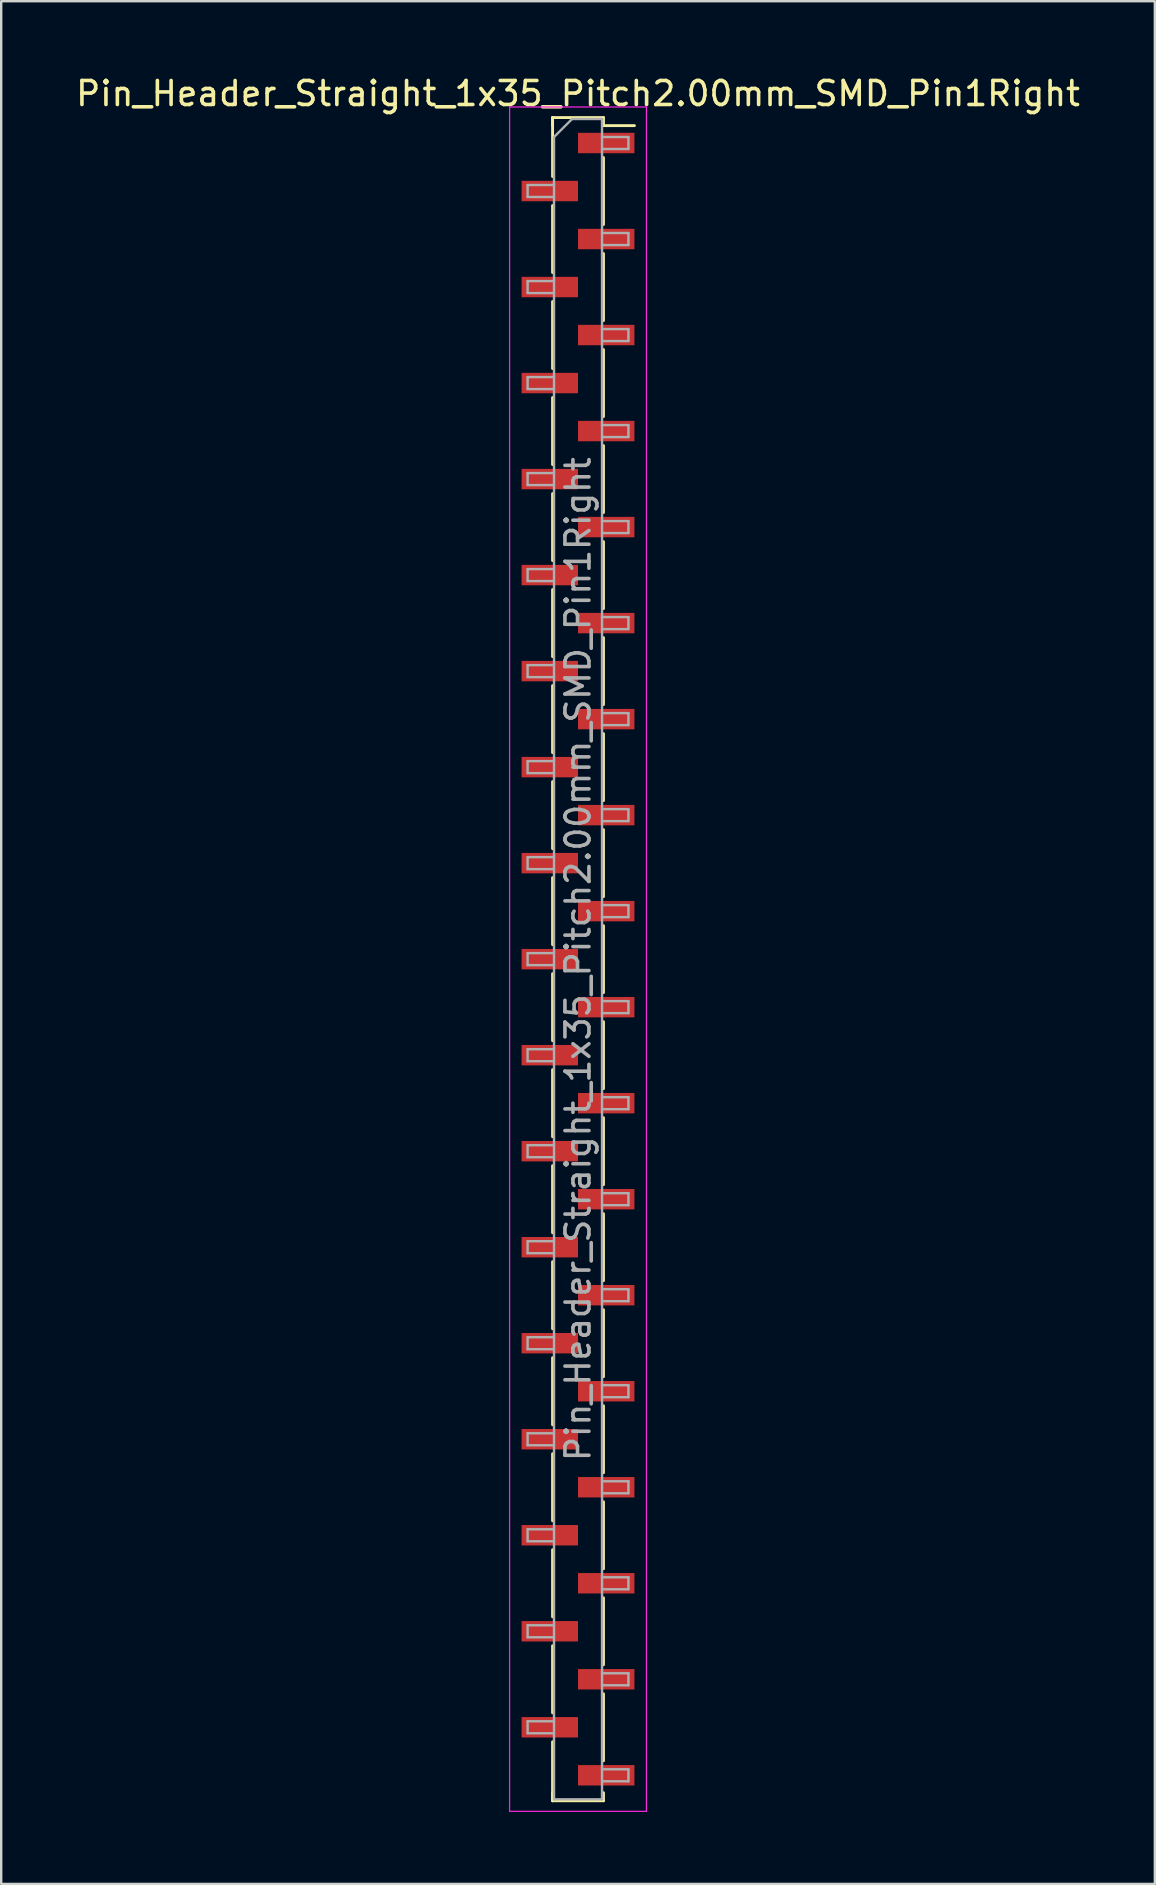
<source format=kicad_pcb>
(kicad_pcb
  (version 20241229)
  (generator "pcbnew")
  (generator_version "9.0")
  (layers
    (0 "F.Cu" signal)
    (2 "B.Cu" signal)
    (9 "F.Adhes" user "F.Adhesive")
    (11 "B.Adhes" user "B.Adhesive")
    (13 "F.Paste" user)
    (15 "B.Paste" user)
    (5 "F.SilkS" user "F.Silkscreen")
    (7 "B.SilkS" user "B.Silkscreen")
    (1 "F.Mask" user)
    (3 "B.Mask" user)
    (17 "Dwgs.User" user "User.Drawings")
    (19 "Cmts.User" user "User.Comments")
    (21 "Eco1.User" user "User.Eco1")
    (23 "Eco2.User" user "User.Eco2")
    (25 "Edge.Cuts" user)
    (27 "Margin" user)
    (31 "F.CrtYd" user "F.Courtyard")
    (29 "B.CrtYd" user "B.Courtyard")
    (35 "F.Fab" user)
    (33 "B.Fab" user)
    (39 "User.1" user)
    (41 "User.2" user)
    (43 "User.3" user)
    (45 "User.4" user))
  (footprint "Pin_Header_Straight_1x35_Pitch2.00mm_SMD_Pin1Right"
    (layer "F.Cu")
    (at 21.03 36.908)
    (property "Reference" "Pin_Header_Straight_1x35_Pitch2.00mm_SMD_Pin1Right" (at 0 -36.06 0) (layer "F.SilkS") (effects (font (size 1 1) (thickness 0.15))))
    (attr smd)
    (fp_line (start -1.06 -35.06) (end -1.06 -32.605) (stroke (width 0.12) (type solid)) (layer "F.SilkS"))
    (fp_line (start -1.06 -35.06) (end 1.06 -35.06) (stroke (width 0.12) (type solid)) (layer "F.SilkS"))
    (fp_line (start -1.06 -34.725) (end -1.06 -35.06) (stroke (width 0.12) (type solid)) (layer "F.SilkS"))
    (fp_line (start -1.06 -31.395) (end -1.06 -28.605) (stroke (width 0.12) (type solid)) (layer "F.SilkS"))
    (fp_line (start -1.06 -27.395) (end -1.06 -24.605) (stroke (width 0.12) (type solid)) (layer "F.SilkS"))
    (fp_line (start -1.06 -23.395) (end -1.06 -20.605) (stroke (width 0.12) (type solid)) (layer "F.SilkS"))
    (fp_line (start -1.06 -19.395) (end -1.06 -16.605) (stroke (width 0.12) (type solid)) (layer "F.SilkS"))
    (fp_line (start -1.06 -15.395) (end -1.06 -12.605) (stroke (width 0.12) (type solid)) (layer "F.SilkS"))
    (fp_line (start -1.06 -11.395) (end -1.06 -8.605) (stroke (width 0.12) (type solid)) (layer "F.SilkS"))
    (fp_line (start -1.06 -7.395) (end -1.06 -4.605) (stroke (width 0.12) (type solid)) (layer "F.SilkS"))
    (fp_line (start -1.06 -3.395) (end -1.06 -0.605) (stroke (width 0.12) (type solid)) (layer "F.SilkS"))
    (fp_line (start -1.06 0.605) (end -1.06 3.395) (stroke (width 0.12) (type solid)) (layer "F.SilkS"))
    (fp_line (start -1.06 4.605) (end -1.06 7.395) (stroke (width 0.12) (type solid)) (layer "F.SilkS"))
    (fp_line (start -1.06 8.605) (end -1.06 11.395) (stroke (width 0.12) (type solid)) (layer "F.SilkS"))
    (fp_line (start -1.06 12.605) (end -1.06 15.395) (stroke (width 0.12) (type solid)) (layer "F.SilkS"))
    (fp_line (start -1.06 16.605) (end -1.06 19.395) (stroke (width 0.12) (type solid)) (layer "F.SilkS"))
    (fp_line (start -1.06 20.605) (end -1.06 23.395) (stroke (width 0.12) (type solid)) (layer "F.SilkS"))
    (fp_line (start -1.06 24.605) (end -1.06 27.395) (stroke (width 0.12) (type solid)) (layer "F.SilkS"))
    (fp_line (start -1.06 28.605) (end -1.06 31.395) (stroke (width 0.12) (type solid)) (layer "F.SilkS"))
    (fp_line (start -1.06 32.605) (end -1.06 35.06) (stroke (width 0.12) (type solid)) (layer "F.SilkS"))
    (fp_line (start -1.06 34.725) (end -1.06 35.06) (stroke (width 0.12) (type solid)) (layer "F.SilkS"))
    (fp_line (start -1.06 35.06) (end 1.06 35.06) (stroke (width 0.12) (type solid)) (layer "F.SilkS"))
    (fp_line (start 1.06 -35.06) (end 1.06 -34.725) (stroke (width 0.12) (type solid)) (layer "F.SilkS"))
    (fp_line (start 1.06 -34.725) (end 2.35 -34.725) (stroke (width 0.12) (type solid)) (layer "F.SilkS"))
    (fp_line (start 1.06 -33.395) (end 1.06 -30.605) (stroke (width 0.12) (type solid)) (layer "F.SilkS"))
    (fp_line (start 1.06 -29.395) (end 1.06 -26.605) (stroke (width 0.12) (type solid)) (layer "F.SilkS"))
    (fp_line (start 1.06 -25.395) (end 1.06 -22.605) (stroke (width 0.12) (type solid)) (layer "F.SilkS"))
    (fp_line (start 1.06 -21.395) (end 1.06 -18.605) (stroke (width 0.12) (type solid)) (layer "F.SilkS"))
    (fp_line (start 1.06 -17.395) (end 1.06 -14.605) (stroke (width 0.12) (type solid)) (layer "F.SilkS"))
    (fp_line (start 1.06 -13.395) (end 1.06 -10.605) (stroke (width 0.12) (type solid)) (layer "F.SilkS"))
    (fp_line (start 1.06 -9.395) (end 1.06 -6.605) (stroke (width 0.12) (type solid)) (layer "F.SilkS"))
    (fp_line (start 1.06 -5.395) (end 1.06 -2.605) (stroke (width 0.12) (type solid)) (layer "F.SilkS"))
    (fp_line (start 1.06 -1.395) (end 1.06 1.395) (stroke (width 0.12) (type solid)) (layer "F.SilkS"))
    (fp_line (start 1.06 2.605) (end 1.06 5.395) (stroke (width 0.12) (type solid)) (layer "F.SilkS"))
    (fp_line (start 1.06 6.605) (end 1.06 9.395) (stroke (width 0.12) (type solid)) (layer "F.SilkS"))
    (fp_line (start 1.06 10.605) (end 1.06 13.395) (stroke (width 0.12) (type solid)) (layer "F.SilkS"))
    (fp_line (start 1.06 14.605) (end 1.06 17.395) (stroke (width 0.12) (type solid)) (layer "F.SilkS"))
    (fp_line (start 1.06 18.605) (end 1.06 21.395) (stroke (width 0.12) (type solid)) (layer "F.SilkS"))
    (fp_line (start 1.06 22.605) (end 1.06 25.395) (stroke (width 0.12) (type solid)) (layer "F.SilkS"))
    (fp_line (start 1.06 26.605) (end 1.06 29.395) (stroke (width 0.12) (type solid)) (layer "F.SilkS"))
    (fp_line (start 1.06 30.605) (end 1.06 33.395) (stroke (width 0.12) (type solid)) (layer "F.SilkS"))
    (fp_line (start 1.06 35.06) (end 1.06 34.725) (stroke (width 0.12) (type solid)) (layer "F.SilkS"))
    (fp_line (start -2.85 -35.5) (end -2.85 35.5) (stroke (width 0.05) (type solid)) (layer "F.CrtYd"))
    (fp_line (start -2.85 35.5) (end 2.85 35.5) (stroke (width 0.05) (type solid)) (layer "F.CrtYd"))
    (fp_line (start 2.85 -35.5) (end -2.85 -35.5) (stroke (width 0.05) (type solid)) (layer "F.CrtYd"))
    (fp_line (start 2.85 35.5) (end 2.85 -35.5) (stroke (width 0.05) (type solid)) (layer "F.CrtYd"))
    (fp_line (start -2.1 -32.25) (end -2.1 -31.75) (stroke (width 0.1) (type solid)) (layer "F.Fab"))
    (fp_line (start -2.1 -31.75) (end -1 -31.75) (stroke (width 0.1) (type solid)) (layer "F.Fab"))
    (fp_line (start -2.1 -28.25) (end -2.1 -27.75) (stroke (width 0.1) (type solid)) (layer "F.Fab"))
    (fp_line (start -2.1 -27.75) (end -1 -27.75) (stroke (width 0.1) (type solid)) (layer "F.Fab"))
    (fp_line (start -2.1 -24.25) (end -2.1 -23.75) (stroke (width 0.1) (type solid)) (layer "F.Fab"))
    (fp_line (start -2.1 -23.75) (end -1 -23.75) (stroke (width 0.1) (type solid)) (layer "F.Fab"))
    (fp_line (start -2.1 -20.25) (end -2.1 -19.75) (stroke (width 0.1) (type solid)) (layer "F.Fab"))
    (fp_line (start -2.1 -19.75) (end -1 -19.75) (stroke (width 0.1) (type solid)) (layer "F.Fab"))
    (fp_line (start -2.1 -16.25) (end -2.1 -15.75) (stroke (width 0.1) (type solid)) (layer "F.Fab"))
    (fp_line (start -2.1 -15.75) (end -1 -15.75) (stroke (width 0.1) (type solid)) (layer "F.Fab"))
    (fp_line (start -2.1 -12.25) (end -2.1 -11.75) (stroke (width 0.1) (type solid)) (layer "F.Fab"))
    (fp_line (start -2.1 -11.75) (end -1 -11.75) (stroke (width 0.1) (type solid)) (layer "F.Fab"))
    (fp_line (start -2.1 -8.25) (end -2.1 -7.75) (stroke (width 0.1) (type solid)) (layer "F.Fab"))
    (fp_line (start -2.1 -7.75) (end -1 -7.75) (stroke (width 0.1) (type solid)) (layer "F.Fab"))
    (fp_line (start -2.1 -4.25) (end -2.1 -3.75) (stroke (width 0.1) (type solid)) (layer "F.Fab"))
    (fp_line (start -2.1 -3.75) (end -1 -3.75) (stroke (width 0.1) (type solid)) (layer "F.Fab"))
    (fp_line (start -2.1 -0.25) (end -2.1 0.25) (stroke (width 0.1) (type solid)) (layer "F.Fab"))
    (fp_line (start -2.1 0.25) (end -1 0.25) (stroke (width 0.1) (type solid)) (layer "F.Fab"))
    (fp_line (start -2.1 3.75) (end -2.1 4.25) (stroke (width 0.1) (type solid)) (layer "F.Fab"))
    (fp_line (start -2.1 4.25) (end -1 4.25) (stroke (width 0.1) (type solid)) (layer "F.Fab"))
    (fp_line (start -2.1 7.75) (end -2.1 8.25) (stroke (width 0.1) (type solid)) (layer "F.Fab"))
    (fp_line (start -2.1 8.25) (end -1 8.25) (stroke (width 0.1) (type solid)) (layer "F.Fab"))
    (fp_line (start -2.1 11.75) (end -2.1 12.25) (stroke (width 0.1) (type solid)) (layer "F.Fab"))
    (fp_line (start -2.1 12.25) (end -1 12.25) (stroke (width 0.1) (type solid)) (layer "F.Fab"))
    (fp_line (start -2.1 15.75) (end -2.1 16.25) (stroke (width 0.1) (type solid)) (layer "F.Fab"))
    (fp_line (start -2.1 16.25) (end -1 16.25) (stroke (width 0.1) (type solid)) (layer "F.Fab"))
    (fp_line (start -2.1 19.75) (end -2.1 20.25) (stroke (width 0.1) (type solid)) (layer "F.Fab"))
    (fp_line (start -2.1 20.25) (end -1 20.25) (stroke (width 0.1) (type solid)) (layer "F.Fab"))
    (fp_line (start -2.1 23.75) (end -2.1 24.25) (stroke (width 0.1) (type solid)) (layer "F.Fab"))
    (fp_line (start -2.1 24.25) (end -1 24.25) (stroke (width 0.1) (type solid)) (layer "F.Fab"))
    (fp_line (start -2.1 27.75) (end -2.1 28.25) (stroke (width 0.1) (type solid)) (layer "F.Fab"))
    (fp_line (start -2.1 28.25) (end -1 28.25) (stroke (width 0.1) (type solid)) (layer "F.Fab"))
    (fp_line (start -2.1 31.75) (end -2.1 32.25) (stroke (width 0.1) (type solid)) (layer "F.Fab"))
    (fp_line (start -2.1 32.25) (end -1 32.25) (stroke (width 0.1) (type solid)) (layer "F.Fab"))
    (fp_line (start -1 -34.25) (end -0.25 -35) (stroke (width 0.1) (type solid)) (layer "F.Fab"))
    (fp_line (start -1 -32.25) (end -2.1 -32.25) (stroke (width 0.1) (type solid)) (layer "F.Fab"))
    (fp_line (start -1 -28.25) (end -2.1 -28.25) (stroke (width 0.1) (type solid)) (layer "F.Fab"))
    (fp_line (start -1 -24.25) (end -2.1 -24.25) (stroke (width 0.1) (type solid)) (layer "F.Fab"))
    (fp_line (start -1 -20.25) (end -2.1 -20.25) (stroke (width 0.1) (type solid)) (layer "F.Fab"))
    (fp_line (start -1 -16.25) (end -2.1 -16.25) (stroke (width 0.1) (type solid)) (layer "F.Fab"))
    (fp_line (start -1 -12.25) (end -2.1 -12.25) (stroke (width 0.1) (type solid)) (layer "F.Fab"))
    (fp_line (start -1 -8.25) (end -2.1 -8.25) (stroke (width 0.1) (type solid)) (layer "F.Fab"))
    (fp_line (start -1 -4.25) (end -2.1 -4.25) (stroke (width 0.1) (type solid)) (layer "F.Fab"))
    (fp_line (start -1 -0.25) (end -2.1 -0.25) (stroke (width 0.1) (type solid)) (layer "F.Fab"))
    (fp_line (start -1 3.75) (end -2.1 3.75) (stroke (width 0.1) (type solid)) (layer "F.Fab"))
    (fp_line (start -1 7.75) (end -2.1 7.75) (stroke (width 0.1) (type solid)) (layer "F.Fab"))
    (fp_line (start -1 11.75) (end -2.1 11.75) (stroke (width 0.1) (type solid)) (layer "F.Fab"))
    (fp_line (start -1 15.75) (end -2.1 15.75) (stroke (width 0.1) (type solid)) (layer "F.Fab"))
    (fp_line (start -1 19.75) (end -2.1 19.75) (stroke (width 0.1) (type solid)) (layer "F.Fab"))
    (fp_line (start -1 23.75) (end -2.1 23.75) (stroke (width 0.1) (type solid)) (layer "F.Fab"))
    (fp_line (start -1 27.75) (end -2.1 27.75) (stroke (width 0.1) (type solid)) (layer "F.Fab"))
    (fp_line (start -1 31.75) (end -2.1 31.75) (stroke (width 0.1) (type solid)) (layer "F.Fab"))
    (fp_line (start -1 35) (end -1 -34.25) (stroke (width 0.1) (type solid)) (layer "F.Fab"))
    (fp_line (start -0.25 -35) (end 1 -35) (stroke (width 0.1) (type solid)) (layer "F.Fab"))
    (fp_line (start 1 -35) (end 1 35) (stroke (width 0.1) (type solid)) (layer "F.Fab"))
    (fp_line (start 1 -34.25) (end 2.1 -34.25) (stroke (width 0.1) (type solid)) (layer "F.Fab"))
    (fp_line (start 1 -30.25) (end 2.1 -30.25) (stroke (width 0.1) (type solid)) (layer "F.Fab"))
    (fp_line (start 1 -26.25) (end 2.1 -26.25) (stroke (width 0.1) (type solid)) (layer "F.Fab"))
    (fp_line (start 1 -22.25) (end 2.1 -22.25) (stroke (width 0.1) (type solid)) (layer "F.Fab"))
    (fp_line (start 1 -18.25) (end 2.1 -18.25) (stroke (width 0.1) (type solid)) (layer "F.Fab"))
    (fp_line (start 1 -14.25) (end 2.1 -14.25) (stroke (width 0.1) (type solid)) (layer "F.Fab"))
    (fp_line (start 1 -10.25) (end 2.1 -10.25) (stroke (width 0.1) (type solid)) (layer "F.Fab"))
    (fp_line (start 1 -6.25) (end 2.1 -6.25) (stroke (width 0.1) (type solid)) (layer "F.Fab"))
    (fp_line (start 1 -2.25) (end 2.1 -2.25) (stroke (width 0.1) (type solid)) (layer "F.Fab"))
    (fp_line (start 1 1.75) (end 2.1 1.75) (stroke (width 0.1) (type solid)) (layer "F.Fab"))
    (fp_line (start 1 5.75) (end 2.1 5.75) (stroke (width 0.1) (type solid)) (layer "F.Fab"))
    (fp_line (start 1 9.75) (end 2.1 9.75) (stroke (width 0.1) (type solid)) (layer "F.Fab"))
    (fp_line (start 1 13.75) (end 2.1 13.75) (stroke (width 0.1) (type solid)) (layer "F.Fab"))
    (fp_line (start 1 17.75) (end 2.1 17.75) (stroke (width 0.1) (type solid)) (layer "F.Fab"))
    (fp_line (start 1 21.75) (end 2.1 21.75) (stroke (width 0.1) (type solid)) (layer "F.Fab"))
    (fp_line (start 1 25.75) (end 2.1 25.75) (stroke (width 0.1) (type solid)) (layer "F.Fab"))
    (fp_line (start 1 29.75) (end 2.1 29.75) (stroke (width 0.1) (type solid)) (layer "F.Fab"))
    (fp_line (start 1 33.75) (end 2.1 33.75) (stroke (width 0.1) (type solid)) (layer "F.Fab"))
    (fp_line (start 1 35) (end -1 35) (stroke (width 0.1) (type solid)) (layer "F.Fab"))
    (fp_line (start 2.1 -34.25) (end 2.1 -33.75) (stroke (width 0.1) (type solid)) (layer "F.Fab"))
    (fp_line (start 2.1 -33.75) (end 1 -33.75) (stroke (width 0.1) (type solid)) (layer "F.Fab"))
    (fp_line (start 2.1 -30.25) (end 2.1 -29.75) (stroke (width 0.1) (type solid)) (layer "F.Fab"))
    (fp_line (start 2.1 -29.75) (end 1 -29.75) (stroke (width 0.1) (type solid)) (layer "F.Fab"))
    (fp_line (start 2.1 -26.25) (end 2.1 -25.75) (stroke (width 0.1) (type solid)) (layer "F.Fab"))
    (fp_line (start 2.1 -25.75) (end 1 -25.75) (stroke (width 0.1) (type solid)) (layer "F.Fab"))
    (fp_line (start 2.1 -22.25) (end 2.1 -21.75) (stroke (width 0.1) (type solid)) (layer "F.Fab"))
    (fp_line (start 2.1 -21.75) (end 1 -21.75) (stroke (width 0.1) (type solid)) (layer "F.Fab"))
    (fp_line (start 2.1 -18.25) (end 2.1 -17.75) (stroke (width 0.1) (type solid)) (layer "F.Fab"))
    (fp_line (start 2.1 -17.75) (end 1 -17.75) (stroke (width 0.1) (type solid)) (layer "F.Fab"))
    (fp_line (start 2.1 -14.25) (end 2.1 -13.75) (stroke (width 0.1) (type solid)) (layer "F.Fab"))
    (fp_line (start 2.1 -13.75) (end 1 -13.75) (stroke (width 0.1) (type solid)) (layer "F.Fab"))
    (fp_line (start 2.1 -10.25) (end 2.1 -9.75) (stroke (width 0.1) (type solid)) (layer "F.Fab"))
    (fp_line (start 2.1 -9.75) (end 1 -9.75) (stroke (width 0.1) (type solid)) (layer "F.Fab"))
    (fp_line (start 2.1 -6.25) (end 2.1 -5.75) (stroke (width 0.1) (type solid)) (layer "F.Fab"))
    (fp_line (start 2.1 -5.75) (end 1 -5.75) (stroke (width 0.1) (type solid)) (layer "F.Fab"))
    (fp_line (start 2.1 -2.25) (end 2.1 -1.75) (stroke (width 0.1) (type solid)) (layer "F.Fab"))
    (fp_line (start 2.1 -1.75) (end 1 -1.75) (stroke (width 0.1) (type solid)) (layer "F.Fab"))
    (fp_line (start 2.1 1.75) (end 2.1 2.25) (stroke (width 0.1) (type solid)) (layer "F.Fab"))
    (fp_line (start 2.1 2.25) (end 1 2.25) (stroke (width 0.1) (type solid)) (layer "F.Fab"))
    (fp_line (start 2.1 5.75) (end 2.1 6.25) (stroke (width 0.1) (type solid)) (layer "F.Fab"))
    (fp_line (start 2.1 6.25) (end 1 6.25) (stroke (width 0.1) (type solid)) (layer "F.Fab"))
    (fp_line (start 2.1 9.75) (end 2.1 10.25) (stroke (width 0.1) (type solid)) (layer "F.Fab"))
    (fp_line (start 2.1 10.25) (end 1 10.25) (stroke (width 0.1) (type solid)) (layer "F.Fab"))
    (fp_line (start 2.1 13.75) (end 2.1 14.25) (stroke (width 0.1) (type solid)) (layer "F.Fab"))
    (fp_line (start 2.1 14.25) (end 1 14.25) (stroke (width 0.1) (type solid)) (layer "F.Fab"))
    (fp_line (start 2.1 17.75) (end 2.1 18.25) (stroke (width 0.1) (type solid)) (layer "F.Fab"))
    (fp_line (start 2.1 18.25) (end 1 18.25) (stroke (width 0.1) (type solid)) (layer "F.Fab"))
    (fp_line (start 2.1 21.75) (end 2.1 22.25) (stroke (width 0.1) (type solid)) (layer "F.Fab"))
    (fp_line (start 2.1 22.25) (end 1 22.25) (stroke (width 0.1) (type solid)) (layer "F.Fab"))
    (fp_line (start 2.1 25.75) (end 2.1 26.25) (stroke (width 0.1) (type solid)) (layer "F.Fab"))
    (fp_line (start 2.1 26.25) (end 1 26.25) (stroke (width 0.1) (type solid)) (layer "F.Fab"))
    (fp_line (start 2.1 29.75) (end 2.1 30.25) (stroke (width 0.1) (type solid)) (layer "F.Fab"))
    (fp_line (start 2.1 30.25) (end 1 30.25) (stroke (width 0.1) (type solid)) (layer "F.Fab"))
    (fp_line (start 2.1 33.75) (end 2.1 34.25) (stroke (width 0.1) (type solid)) (layer "F.Fab"))
    (fp_line (start 2.1 34.25) (end 1 34.25) (stroke (width 0.1) (type solid)) (layer "F.Fab"))
    (fp_text user "${REFERENCE}" (at 0 0 90) (layer "F.Fab") (effects (font (size 1 1) (thickness 0.15))))
    (pad "1" smd rect (at 1.175 -34) (size 2.35 0.85) (layers "F.Cu" "F.Mask" "F.Paste"))
    (pad "2" smd rect (at -1.175 -32) (size 2.35 0.85) (layers "F.Cu" "F.Mask" "F.Paste"))
    (pad "3" smd rect (at 1.175 -30) (size 2.35 0.85) (layers "F.Cu" "F.Mask" "F.Paste"))
    (pad "4" smd rect (at -1.175 -28) (size 2.35 0.85) (layers "F.Cu" "F.Mask" "F.Paste"))
    (pad "5" smd rect (at 1.175 -26) (size 2.35 0.85) (layers "F.Cu" "F.Mask" "F.Paste"))
    (pad "6" smd rect (at -1.175 -24) (size 2.35 0.85) (layers "F.Cu" "F.Mask" "F.Paste"))
    (pad "7" smd rect (at 1.175 -22) (size 2.35 0.85) (layers "F.Cu" "F.Mask" "F.Paste"))
    (pad "8" smd rect (at -1.175 -20) (size 2.35 0.85) (layers "F.Cu" "F.Mask" "F.Paste"))
    (pad "9" smd rect (at 1.175 -18) (size 2.35 0.85) (layers "F.Cu" "F.Mask" "F.Paste"))
    (pad "10" smd rect (at -1.175 -16) (size 2.35 0.85) (layers "F.Cu" "F.Mask" "F.Paste"))
    (pad "11" smd rect (at 1.175 -14) (size 2.35 0.85) (layers "F.Cu" "F.Mask" "F.Paste"))
    (pad "12" smd rect (at -1.175 -12) (size 2.35 0.85) (layers "F.Cu" "F.Mask" "F.Paste"))
    (pad "13" smd rect (at 1.175 -10) (size 2.35 0.85) (layers "F.Cu" "F.Mask" "F.Paste"))
    (pad "14" smd rect (at -1.175 -8) (size 2.35 0.85) (layers "F.Cu" "F.Mask" "F.Paste"))
    (pad "15" smd rect (at 1.175 -6) (size 2.35 0.85) (layers "F.Cu" "F.Mask" "F.Paste"))
    (pad "16" smd rect (at -1.175 -4) (size 2.35 0.85) (layers "F.Cu" "F.Mask" "F.Paste"))
    (pad "17" smd rect (at 1.175 -2) (size 2.35 0.85) (layers "F.Cu" "F.Mask" "F.Paste"))
    (pad "18" smd rect (at -1.175 0) (size 2.35 0.85) (layers "F.Cu" "F.Mask" "F.Paste"))
    (pad "19" smd rect (at 1.175 2) (size 2.35 0.85) (layers "F.Cu" "F.Mask" "F.Paste"))
    (pad "20" smd rect (at -1.175 4) (size 2.35 0.85) (layers "F.Cu" "F.Mask" "F.Paste"))
    (pad "21" smd rect (at 1.175 6) (size 2.35 0.85) (layers "F.Cu" "F.Mask" "F.Paste"))
    (pad "22" smd rect (at -1.175 8) (size 2.35 0.85) (layers "F.Cu" "F.Mask" "F.Paste"))
    (pad "23" smd rect (at 1.175 10) (size 2.35 0.85) (layers "F.Cu" "F.Mask" "F.Paste"))
    (pad "24" smd rect (at -1.175 12) (size 2.35 0.85) (layers "F.Cu" "F.Mask" "F.Paste"))
    (pad "25" smd rect (at 1.175 14) (size 2.35 0.85) (layers "F.Cu" "F.Mask" "F.Paste"))
    (pad "26" smd rect (at -1.175 16) (size 2.35 0.85) (layers "F.Cu" "F.Mask" "F.Paste"))
    (pad "27" smd rect (at 1.175 18) (size 2.35 0.85) (layers "F.Cu" "F.Mask" "F.Paste"))
    (pad "28" smd rect (at -1.175 20) (size 2.35 0.85) (layers "F.Cu" "F.Mask" "F.Paste"))
    (pad "29" smd rect (at 1.175 22) (size 2.35 0.85) (layers "F.Cu" "F.Mask" "F.Paste"))
    (pad "30" smd rect (at -1.175 24) (size 2.35 0.85) (layers "F.Cu" "F.Mask" "F.Paste"))
    (pad "31" smd rect (at 1.175 26) (size 2.35 0.85) (layers "F.Cu" "F.Mask" "F.Paste"))
    (pad "32" smd rect (at -1.175 28) (size 2.35 0.85) (layers "F.Cu" "F.Mask" "F.Paste"))
    (pad "33" smd rect (at 1.175 30) (size 2.35 0.85) (layers "F.Cu" "F.Mask" "F.Paste"))
    (pad "34" smd rect (at -1.175 32) (size 2.35 0.85) (layers "F.Cu" "F.Mask" "F.Paste"))
    (pad "35" smd rect (at 1.175 34) (size 2.35 0.85) (layers "F.Cu" "F.Mask" "F.Paste")))
  (gr_rect
    (start -3 -3)
    (end 45.06 75.433)
    (stroke (width 0.1) (type default))
    (fill no)
    (layer "Edge.Cuts")))
</source>
